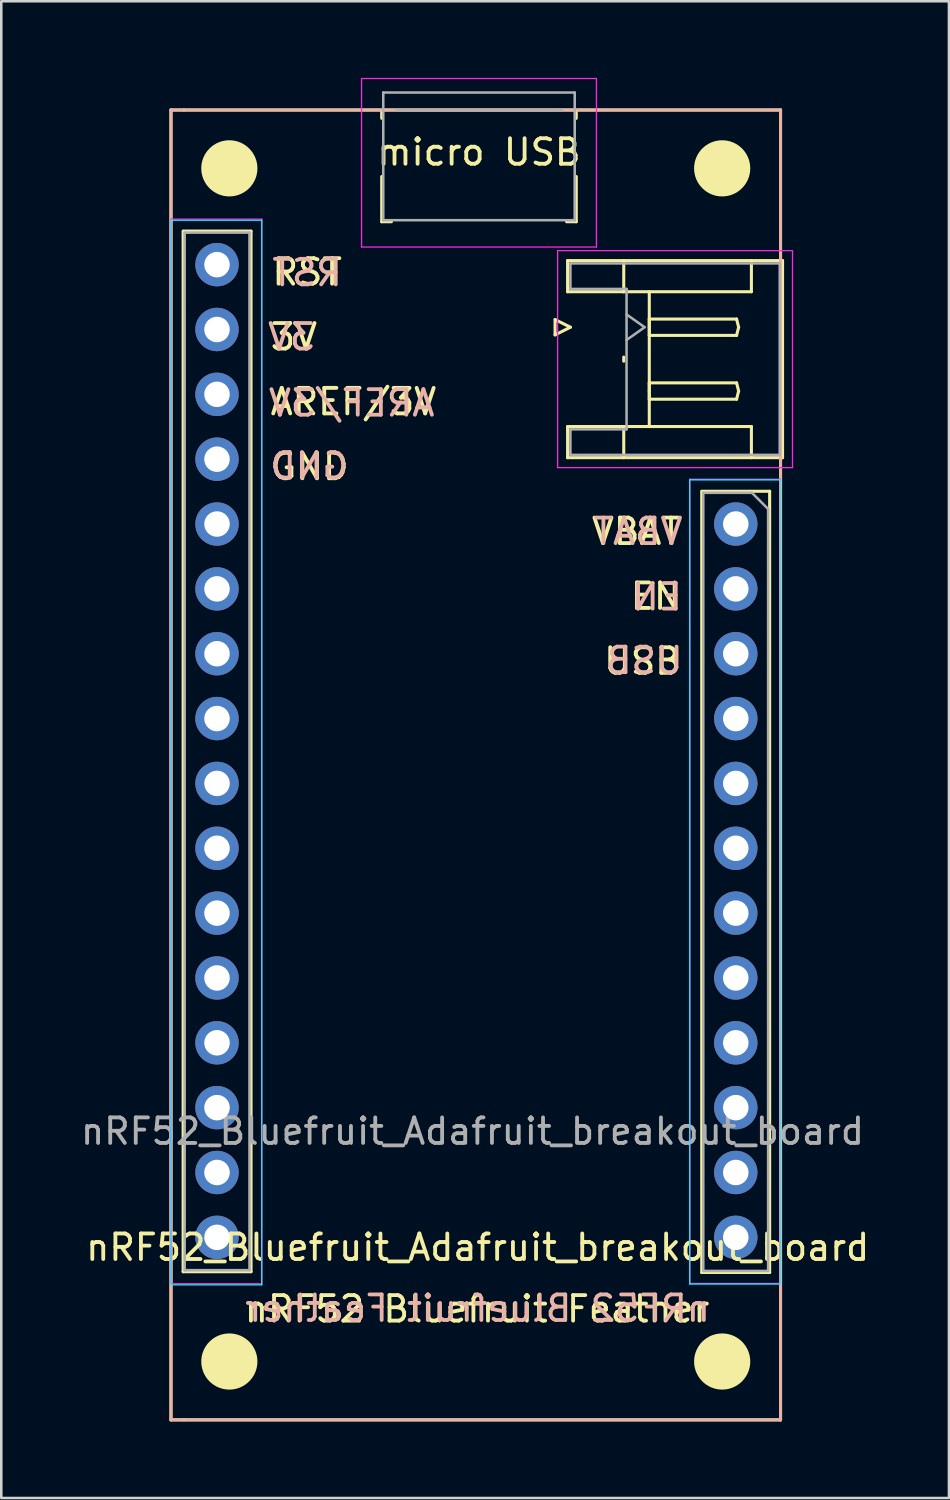
<source format=kicad_pcb>
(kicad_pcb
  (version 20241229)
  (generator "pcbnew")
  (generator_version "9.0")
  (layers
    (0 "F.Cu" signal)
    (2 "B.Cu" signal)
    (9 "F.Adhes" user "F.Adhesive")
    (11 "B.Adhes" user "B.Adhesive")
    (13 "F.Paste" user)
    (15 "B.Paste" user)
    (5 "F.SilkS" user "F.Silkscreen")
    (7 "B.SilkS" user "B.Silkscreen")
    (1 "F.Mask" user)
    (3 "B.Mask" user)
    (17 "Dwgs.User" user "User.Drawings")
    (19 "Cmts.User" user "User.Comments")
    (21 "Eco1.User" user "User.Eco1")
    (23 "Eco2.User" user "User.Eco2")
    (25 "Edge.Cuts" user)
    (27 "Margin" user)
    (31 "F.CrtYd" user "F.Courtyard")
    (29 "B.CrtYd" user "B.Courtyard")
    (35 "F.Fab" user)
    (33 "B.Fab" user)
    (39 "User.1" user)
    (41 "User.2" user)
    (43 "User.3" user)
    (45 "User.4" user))
  (footprint "nRF52_Bluefruit_Adafruit_breakout_board"
    (layer "F.Cu")
    (at 16.093 26.912)
    (property "Reference" "nRF52_Bluefruit_Adafruit_breakout_board" (at -0.432 18.898 180) (layer "F.SilkS") (effects (font (size 1 1) (thickness 0.15))))
    (attr through_hole)
    (fp_line (start -12.446 -25.654) (end -11.938 -25.654) (stroke (width 0.12) (type solid)) (layer "F.SilkS"))
    (fp_line (start -12.446 25.654) (end -12.446 -25.654) (stroke (width 0.12) (type solid)) (layer "F.SilkS"))
    (fp_line (start -11.97 -20.904) (end -11.97 19.85) (stroke (width 0.12) (type solid)) (layer "F.SilkS"))
    (fp_line (start -11.97 19.85) (end -9.31 19.85) (stroke (width 0.12) (type solid)) (layer "F.SilkS"))
    (fp_line (start -11.963 -20.91) (end -9.31 -20.91) (stroke (width 0.12) (type solid)) (layer "F.SilkS"))
    (fp_line (start -11.938 -25.654) (end 11.43 -25.654) (stroke (width 0.12) (type solid)) (layer "F.SilkS"))
    (fp_line (start -9.31 -20.904) (end -9.31 19.85) (stroke (width 0.12) (type solid)) (layer "F.SilkS"))
    (fp_line (start -4.191 -25.327) (end -4.191 -25.587) (stroke (width 0.12) (type solid)) (layer "F.SilkS"))
    (fp_line (start -4.191 -21.277) (end -4.191 -23.047) (stroke (width 0.12) (type solid)) (layer "F.SilkS"))
    (fp_line (start -4.191 -21.277) (end -3.811 -21.277) (stroke (width 0.12) (type solid)) (layer "F.SilkS"))
    (fp_line (start 2.599 -17.445) (end 2.599 -16.845) (stroke (width 0.12) (type solid)) (layer "F.SilkS"))
    (fp_line (start 2.599 -16.845) (end 3.199 -17.145) (stroke (width 0.12) (type solid)) (layer "F.SilkS"))
    (fp_line (start 3.089 -19.755) (end 11.509 -19.755) (stroke (width 0.12) (type solid)) (layer "F.SilkS"))
    (fp_line (start 3.089 -18.535) (end 3.089 -19.755) (stroke (width 0.12) (type solid)) (layer "F.SilkS"))
    (fp_line (start 3.089 -13.255) (end 5.289 -13.255) (stroke (width 0.12) (type solid)) (layer "F.SilkS"))
    (fp_line (start 3.089 -12.035) (end 3.089 -13.255) (stroke (width 0.12) (type solid)) (layer "F.SilkS"))
    (fp_line (start 3.199 -17.145) (end 2.599 -17.445) (stroke (width 0.12) (type solid)) (layer "F.SilkS"))
    (fp_line (start 3.429 -25.587) (end 3.429 -25.327) (stroke (width 0.12) (type solid)) (layer "F.SilkS"))
    (fp_line (start 3.429 -23.047) (end 3.429 -21.277) (stroke (width 0.12) (type solid)) (layer "F.SilkS"))
    (fp_line (start 3.429 -21.277) (end 3.049 -21.277) (stroke (width 0.12) (type solid)) (layer "F.SilkS"))
    (fp_line (start 5.289 -18.535) (end 3.089 -18.535) (stroke (width 0.12) (type solid)) (layer "F.SilkS"))
    (fp_line (start 5.289 -18.535) (end 5.289 -19.755) (stroke (width 0.12) (type solid)) (layer "F.SilkS"))
    (fp_line (start 5.289 -15.975) (end 5.289 -15.815) (stroke (width 0.12) (type solid)) (layer "F.SilkS"))
    (fp_line (start 5.289 -13.255) (end 5.289 -12.035) (stroke (width 0.12) (type solid)) (layer "F.SilkS"))
    (fp_line (start 6.289 -18.535) (end 6.289 -13.255) (stroke (width 0.12) (type solid)) (layer "F.SilkS"))
    (fp_line (start 6.289 -17.465) (end 9.709 -17.465) (stroke (width 0.12) (type solid)) (layer "F.SilkS"))
    (fp_line (start 6.289 -17.145) (end 6.289 -17.465) (stroke (width 0.12) (type solid)) (layer "F.SilkS"))
    (fp_line (start 6.289 -16.825) (end 6.289 -17.145) (stroke (width 0.12) (type solid)) (layer "F.SilkS"))
    (fp_line (start 6.289 -14.965) (end 9.709 -14.965) (stroke (width 0.12) (type solid)) (layer "F.SilkS"))
    (fp_line (start 6.289 -14.645) (end 6.289 -14.965) (stroke (width 0.12) (type solid)) (layer "F.SilkS"))
    (fp_line (start 6.289 -14.325) (end 6.289 -14.645) (stroke (width 0.12) (type solid)) (layer "F.SilkS"))
    (fp_line (start 8.344 -10.719) (end 8.344 19.88) (stroke (width 0.12) (type solid)) (layer "F.SilkS"))
    (fp_line (start 8.344 19.88) (end 11.004 19.88) (stroke (width 0.12) (type solid)) (layer "F.SilkS"))
    (fp_line (start 8.357 -10.719) (end 11.004 -10.72) (stroke (width 0.12) (type solid)) (layer "F.SilkS"))
    (fp_line (start 9.709 -17.465) (end 9.789 -17.145) (stroke (width 0.12) (type solid)) (layer "F.SilkS"))
    (fp_line (start 9.709 -16.825) (end 6.289 -16.825) (stroke (width 0.12) (type solid)) (layer "F.SilkS"))
    (fp_line (start 9.709 -14.965) (end 9.789 -14.645) (stroke (width 0.12) (type solid)) (layer "F.SilkS"))
    (fp_line (start 9.709 -14.325) (end 6.289 -14.325) (stroke (width 0.12) (type solid)) (layer "F.SilkS"))
    (fp_line (start 9.789 -17.145) (end 9.709 -16.825) (stroke (width 0.12) (type solid)) (layer "F.SilkS"))
    (fp_line (start 9.789 -14.645) (end 9.709 -14.325) (stroke (width 0.12) (type solid)) (layer "F.SilkS"))
    (fp_line (start 10.289 -19.755) (end 10.289 -18.535) (stroke (width 0.12) (type solid)) (layer "F.SilkS"))
    (fp_line (start 10.289 -18.535) (end 5.289 -18.535) (stroke (width 0.12) (type solid)) (layer "F.SilkS"))
    (fp_line (start 10.289 -13.255) (end 5.289 -13.255) (stroke (width 0.12) (type solid)) (layer "F.SilkS"))
    (fp_line (start 10.289 -12.035) (end 10.289 -13.255) (stroke (width 0.12) (type solid)) (layer "F.SilkS"))
    (fp_line (start 11.004 -10.719) (end 11.004 19.88) (stroke (width 0.12) (type solid)) (layer "F.SilkS"))
    (fp_line (start 11.43 -25.654) (end 11.43 25.654) (stroke (width 0.12) (type solid)) (layer "F.SilkS"))
    (fp_line (start 11.43 25.654) (end -12.446 25.654) (stroke (width 0.12) (type solid)) (layer "F.SilkS"))
    (fp_line (start 11.509 -19.755) (end 11.509 -12.035) (stroke (width 0.12) (type solid)) (layer "F.SilkS"))
    (fp_line (start 11.509 -12.035) (end 3.089 -12.035) (stroke (width 0.12) (type solid)) (layer "F.SilkS"))
    (fp_line (start -12.446 -25.654) (end -12.446 25.654) (stroke (width 0.12) (type solid)) (layer "B.SilkS"))
    (fp_line (start -12.446 25.654) (end -11.938 25.654) (stroke (width 0.12) (type solid)) (layer "B.SilkS"))
    (fp_line (start -11.938 25.654) (end 11.43 25.654) (stroke (width 0.12) (type solid)) (layer "B.SilkS"))
    (fp_line (start 11.43 -25.654) (end -12.446 -25.654) (stroke (width 0.12) (type solid)) (layer "B.SilkS"))
    (fp_line (start 11.43 25.654) (end 11.43 -25.654) (stroke (width 0.12) (type solid)) (layer "B.SilkS"))
    (fp_line (start -12.44 -21.336) (end -12.44 20.364) (stroke (width 0.05) (type solid)) (layer "B.CrtYd"))
    (fp_line (start -12.44 20.364) (end -8.89 20.364) (stroke (width 0.05) (type solid)) (layer "B.CrtYd"))
    (fp_line (start -8.89 -21.336) (end -12.44 -21.336) (stroke (width 0.05) (type solid)) (layer "B.CrtYd"))
    (fp_line (start -8.89 20.364) (end -8.89 -21.336) (stroke (width 0.05) (type solid)) (layer "B.CrtYd"))
    (fp_line (start 7.874 -11.166) (end 7.874 20.334) (stroke (width 0.05) (type solid)) (layer "B.CrtYd"))
    (fp_line (start 7.874 20.334) (end 11.424 20.334) (stroke (width 0.05) (type solid)) (layer "B.CrtYd"))
    (fp_line (start 11.424 -11.166) (end 7.874 -11.166) (stroke (width 0.05) (type solid)) (layer "B.CrtYd"))
    (fp_line (start 11.424 20.334) (end 11.424 -11.166) (stroke (width 0.05) (type solid)) (layer "B.CrtYd"))
    (fp_line (start -12.44 -21.38) (end -8.89 -21.38) (stroke (width 0.05) (type solid)) (layer "F.CrtYd"))
    (fp_line (start -12.44 20.32) (end -12.44 -21.38) (stroke (width 0.05) (type solid)) (layer "F.CrtYd"))
    (fp_line (start -8.89 -21.38) (end -8.89 20.32) (stroke (width 0.05) (type solid)) (layer "F.CrtYd"))
    (fp_line (start -8.89 20.32) (end -12.44 20.32) (stroke (width 0.05) (type solid)) (layer "F.CrtYd"))
    (fp_line (start -4.981 -26.887) (end 4.219 -26.887) (stroke (width 0.05) (type solid)) (layer "F.CrtYd"))
    (fp_line (start -4.981 -20.287) (end -4.981 -26.887) (stroke (width 0.05) (type solid)) (layer "F.CrtYd"))
    (fp_line (start 2.699 -20.145) (end 2.699 -11.645) (stroke (width 0.05) (type solid)) (layer "F.CrtYd"))
    (fp_line (start 2.699 -11.645) (end 11.899 -11.645) (stroke (width 0.05) (type solid)) (layer "F.CrtYd"))
    (fp_line (start 4.219 -26.887) (end 4.219 -20.287) (stroke (width 0.05) (type solid)) (layer "F.CrtYd"))
    (fp_line (start 4.219 -20.287) (end -4.981 -20.287) (stroke (width 0.05) (type solid)) (layer "F.CrtYd"))
    (fp_line (start 7.874 -11.19) (end 11.424 -11.19) (stroke (width 0.05) (type solid)) (layer "F.CrtYd"))
    (fp_line (start 7.874 20.31) (end 7.874 -11.19) (stroke (width 0.05) (type solid)) (layer "F.CrtYd"))
    (fp_line (start 11.424 -11.19) (end 11.424 20.31) (stroke (width 0.05) (type solid)) (layer "F.CrtYd"))
    (fp_line (start 11.424 20.31) (end 7.874 20.31) (stroke (width 0.05) (type solid)) (layer "F.CrtYd"))
    (fp_line (start 11.899 -20.145) (end 2.699 -20.145) (stroke (width 0.05) (type solid)) (layer "F.CrtYd"))
    (fp_line (start 11.899 -11.645) (end 11.899 -20.145) (stroke (width 0.05) (type solid)) (layer "F.CrtYd"))
    (fp_line (start -11.91 -20.85) (end -9.373 -20.853) (stroke (width 0.1) (type solid)) (layer "F.Fab"))
    (fp_line (start -11.91 19.79) (end -11.91 -20.85) (stroke (width 0.1) (type solid)) (layer "F.Fab"))
    (fp_line (start -9.37 -20.853) (end -9.37 19.79) (stroke (width 0.1) (type solid)) (layer "F.Fab"))
    (fp_line (start -9.37 19.79) (end -11.91 19.79) (stroke (width 0.1) (type solid)) (layer "F.Fab"))
    (fp_line (start -4.131 -26.337) (end 3.369 -26.337) (stroke (width 0.1) (type solid)) (layer "F.Fab"))
    (fp_line (start -4.131 -21.337) (end -4.131 -26.337) (stroke (width 0.1) (type solid)) (layer "F.Fab"))
    (fp_line (start 2.869 -25.637) (end -3.631 -25.637) (stroke (width 0.1) (type solid)) (layer "F.Fab"))
    (fp_line (start 3.199 -19.645) (end 11.399 -19.645) (stroke (width 0.1) (type solid)) (layer "F.Fab"))
    (fp_line (start 3.199 -18.645) (end 3.199 -19.645) (stroke (width 0.1) (type solid)) (layer "F.Fab"))
    (fp_line (start 3.199 -13.145) (end 5.399 -13.145) (stroke (width 0.1) (type solid)) (layer "F.Fab"))
    (fp_line (start 3.199 -12.145) (end 3.199 -13.145) (stroke (width 0.1) (type solid)) (layer "F.Fab"))
    (fp_line (start 3.369 -26.337) (end 3.369 -21.337) (stroke (width 0.1) (type solid)) (layer "F.Fab"))
    (fp_line (start 3.369 -21.337) (end -4.131 -21.337) (stroke (width 0.1) (type solid)) (layer "F.Fab"))
    (fp_line (start 5.399 -18.645) (end 3.199 -18.645) (stroke (width 0.1) (type solid)) (layer "F.Fab"))
    (fp_line (start 5.399 -17.645) (end 6.106 -17.145) (stroke (width 0.1) (type solid)) (layer "F.Fab"))
    (fp_line (start 5.399 -13.145) (end 5.399 -18.645) (stroke (width 0.1) (type solid)) (layer "F.Fab"))
    (fp_line (start 6.106 -17.145) (end 5.399 -16.645) (stroke (width 0.1) (type solid)) (layer "F.Fab"))
    (fp_line (start 8.404 -10.66) (end 10.309 -10.66) (stroke (width 0.1) (type solid)) (layer "F.Fab"))
    (fp_line (start 8.404 19.82) (end 8.404 -10.66) (stroke (width 0.1) (type solid)) (layer "F.Fab"))
    (fp_line (start 10.309 -10.66) (end 10.944 -10.025) (stroke (width 0.1) (type solid)) (layer "F.Fab"))
    (fp_line (start 10.944 -10.025) (end 10.944 19.82) (stroke (width 0.1) (type solid)) (layer "F.Fab"))
    (fp_line (start 10.944 19.82) (end 8.404 19.82) (stroke (width 0.1) (type solid)) (layer "F.Fab"))
    (fp_line (start 11.399 -19.645) (end 11.399 -12.145) (stroke (width 0.1) (type solid)) (layer "F.Fab"))
    (fp_line (start 11.399 -12.145) (end 3.199 -12.145) (stroke (width 0.1) (type solid)) (layer "F.Fab"))
    (fp_text user "RST" (at -7.112 -19.304 0) (layer "F.SilkS") (effects (font (size 1 1) (thickness 0.15))))
    (fp_text user "nRF52 Bluefruit Feather" (at -0.457 21.311 0) (layer "F.SilkS") (effects (font (size 1 1) (thickness 0.15))))
    (fp_text user "EN" (at 7.62 -6.604 0) (layer "F.SilkS") (effects (font (size 1 1) (thickness 0.15)) (justify right)))
    (fp_text user "3V" (at -8.636 -16.764 0) (layer "F.SilkS") (effects (font (size 1 1) (thickness 0.15)) (justify left)))
    (fp_text user "micro USB" (at -0.381 -24.003 0) (layer "F.SilkS") (effects (font (size 1 1) (thickness 0.15))))
    (fp_text user "GND" (at -8.636 -11.684 0) (layer "F.SilkS") (effects (font (size 1 1) (thickness 0.15)) (justify left)))
    (fp_text user "AREF/3V" (at -8.636 -14.224 0) (layer "F.SilkS") (effects (font (size 1 1) (thickness 0.15)) (justify left)))
    (fp_text user "VBAT" (at 7.62 -9.144 0) (layer "F.SilkS") (effects (font (size 1 1) (thickness 0.15)) (justify right)))
    (fp_text user "USB" (at 7.62 -4.064 0) (layer "F.SilkS") (effects (font (size 1 1) (thickness 0.15)) (justify right)))
    (fp_text user "nRF52 Bluefruit Feather" (at -0.432 21.285 0) (layer "B.SilkS") (effects (font (size 1 1) (thickness 0.15)) (justify mirror)))
    (fp_text user "EN" (at 5.512 -6.579 0) (layer "B.SilkS") (effects (font (size 1 1) (thickness 0.15)) (justify right mirror)))
    (fp_text user "USB" (at 4.496 -4.089 0) (layer "B.SilkS") (effects (font (size 1 1) (thickness 0.15)) (justify right mirror)))
    (fp_text user "VBAT" (at 4.013 -9.144 0) (layer "B.SilkS") (effects (font (size 1 1) (thickness 0.15)) (justify right mirror)))
    (fp_text user "GND" (at -5.41 -11.709 0) (layer "B.SilkS") (effects (font (size 1 1) (thickness 0.15)) (justify left mirror)))
    (fp_text user "3V" (at -6.731 -16.764 0) (layer "B.SilkS") (effects (font (size 1 1) (thickness 0.15)) (justify left mirror)))
    (fp_text user "AREF/3V" (at -2.032 -14.173 0) (layer "B.SilkS") (effects (font (size 1 1) (thickness 0.15)) (justify left mirror)))
    (fp_text user "RST" (at -7.112 -19.279 0) (layer "B.SilkS") (effects (font (size 1 1) (thickness 0.15)) (justify mirror)))
    (fp_text user "${REFERENCE}" (at -0.635 14.351 180) (layer "F.Fab") (effects (font (size 1 1) (thickness 0.15))))
    (pad "" smd circle (at -10.16 -23.368) (size 2.2 2.2) (layers "F.SilkS"))
    (pad "" smd circle (at -10.16 23.368) (size 2.2 2.2) (layers "F.SilkS"))
    (pad "" smd circle (at 9.144 -23.368) (size 2.2 2.2) (layers "F.SilkS"))
    (pad "" smd circle (at 9.144 23.368) (size 2.2 2.2) (layers "F.SilkS"))
    (pad "1" thru_hole circle (at -10.643 -19.596 270) (size 1.7 1.7) (drill 1) (layers "*.Cu" "*.Mask"))
    (pad "2" thru_hole circle (at -10.643 -17.056 270) (size 1.7 1.7) (drill 1) (layers "*.Cu" "*.Mask"))
    (pad "3" thru_hole circle (at -10.643 -14.516 270) (size 1.7 1.7) (drill 1) (layers "*.Cu" "*.Mask"))
    (pad "4" thru_hole circle (at -10.643 -11.976 270) (size 1.7 1.7) (drill 1) (layers "*.Cu" "*.Mask"))
    (pad "5" thru_hole circle (at -10.643 -9.436 270) (size 1.7 1.7) (drill 1) (layers "*.Cu" "*.Mask"))
    (pad "6" thru_hole circle (at -10.643 -6.896 270) (size 1.7 1.7) (drill 1) (layers "*.Cu" "*.Mask"))
    (pad "7" thru_hole circle (at -10.643 -4.356 270) (size 1.7 1.7) (drill 1) (layers "*.Cu" "*.Mask"))
    (pad "8" thru_hole circle (at -10.643 -1.816 270) (size 1.7 1.7) (drill 1) (layers "*.Cu" "*.Mask"))
    (pad "9" thru_hole circle (at -10.643 0.724 270) (size 1.7 1.7) (drill 1) (layers "*.Cu" "*.Mask"))
    (pad "10" thru_hole circle (at -10.643 3.264 270) (size 1.7 1.7) (drill 1) (layers "*.Cu" "*.Mask"))
    (pad "11" thru_hole circle (at -10.643 5.804 270) (size 1.7 1.7) (drill 1) (layers "*.Cu" "*.Mask"))
    (pad "12" thru_hole circle (at -10.643 8.344 270) (size 1.7 1.7) (drill 1) (layers "*.Cu" "*.Mask"))
    (pad "13" thru_hole circle (at -10.643 10.884 270) (size 1.7 1.7) (drill 1) (layers "*.Cu" "*.Mask"))
    (pad "14" thru_hole circle (at -10.643 13.424 270) (size 1.7 1.7) (drill 1) (layers "*.Cu" "*.Mask"))
    (pad "15" thru_hole circle (at -10.643 15.964 270) (size 1.7 1.7) (drill 1) (layers "*.Cu" "*.Mask"))
    (pad "16" thru_hole circle (at -10.643 18.504 270) (size 1.7 1.7) (drill 1) (layers "*.Cu" "*.Mask"))
    (pad "17" thru_hole circle (at 9.677 18.504 270) (size 1.7 1.7) (drill 1) (layers "*.Cu" "*.Mask"))
    (pad "18" thru_hole circle (at 9.677 15.964 270) (size 1.7 1.7) (drill 1) (layers "*.Cu" "*.Mask"))
    (pad "19" thru_hole circle (at 9.677 13.424 270) (size 1.7 1.7) (drill 1) (layers "*.Cu" "*.Mask"))
    (pad "20" thru_hole circle (at 9.677 10.884 270) (size 1.7 1.7) (drill 1) (layers "*.Cu" "*.Mask"))
    (pad "21" thru_hole circle (at 9.677 8.344 270) (size 1.7 1.7) (drill 1) (layers "*.Cu" "*.Mask"))
    (pad "22" thru_hole circle (at 9.677 5.804 270) (size 1.7 1.7) (drill 1) (layers "*.Cu" "*.Mask"))
    (pad "23" thru_hole circle (at 9.677 3.264 270) (size 1.7 1.7) (drill 1) (layers "*.Cu" "*.Mask"))
    (pad "24" thru_hole circle (at 9.677 0.724 270) (size 1.7 1.7) (drill 1) (layers "*.Cu" "*.Mask"))
    (pad "25" thru_hole circle (at 9.677 -1.816 270) (size 1.7 1.7) (drill 1) (layers "*.Cu" "*.Mask"))
    (pad "26" thru_hole circle (at 9.677 -4.356 270) (size 1.7 1.7) (drill 1) (layers "*.Cu" "*.Mask"))
    (pad "27" thru_hole circle (at 9.677 -6.896 270) (size 1.7 1.7) (drill 1) (layers "*.Cu" "*.Mask"))
    (pad "28" thru_hole circle (at 9.677 -9.436 270) (size 1.7 1.7) (drill 1) (layers "*.Cu" "*.Mask")))
  (gr_rect
    (start -3 -3)
    (end 34.12 55.626)
    (stroke (width 0.1) (type default))
    (fill no)
    (layer "Edge.Cuts")))
</source>
